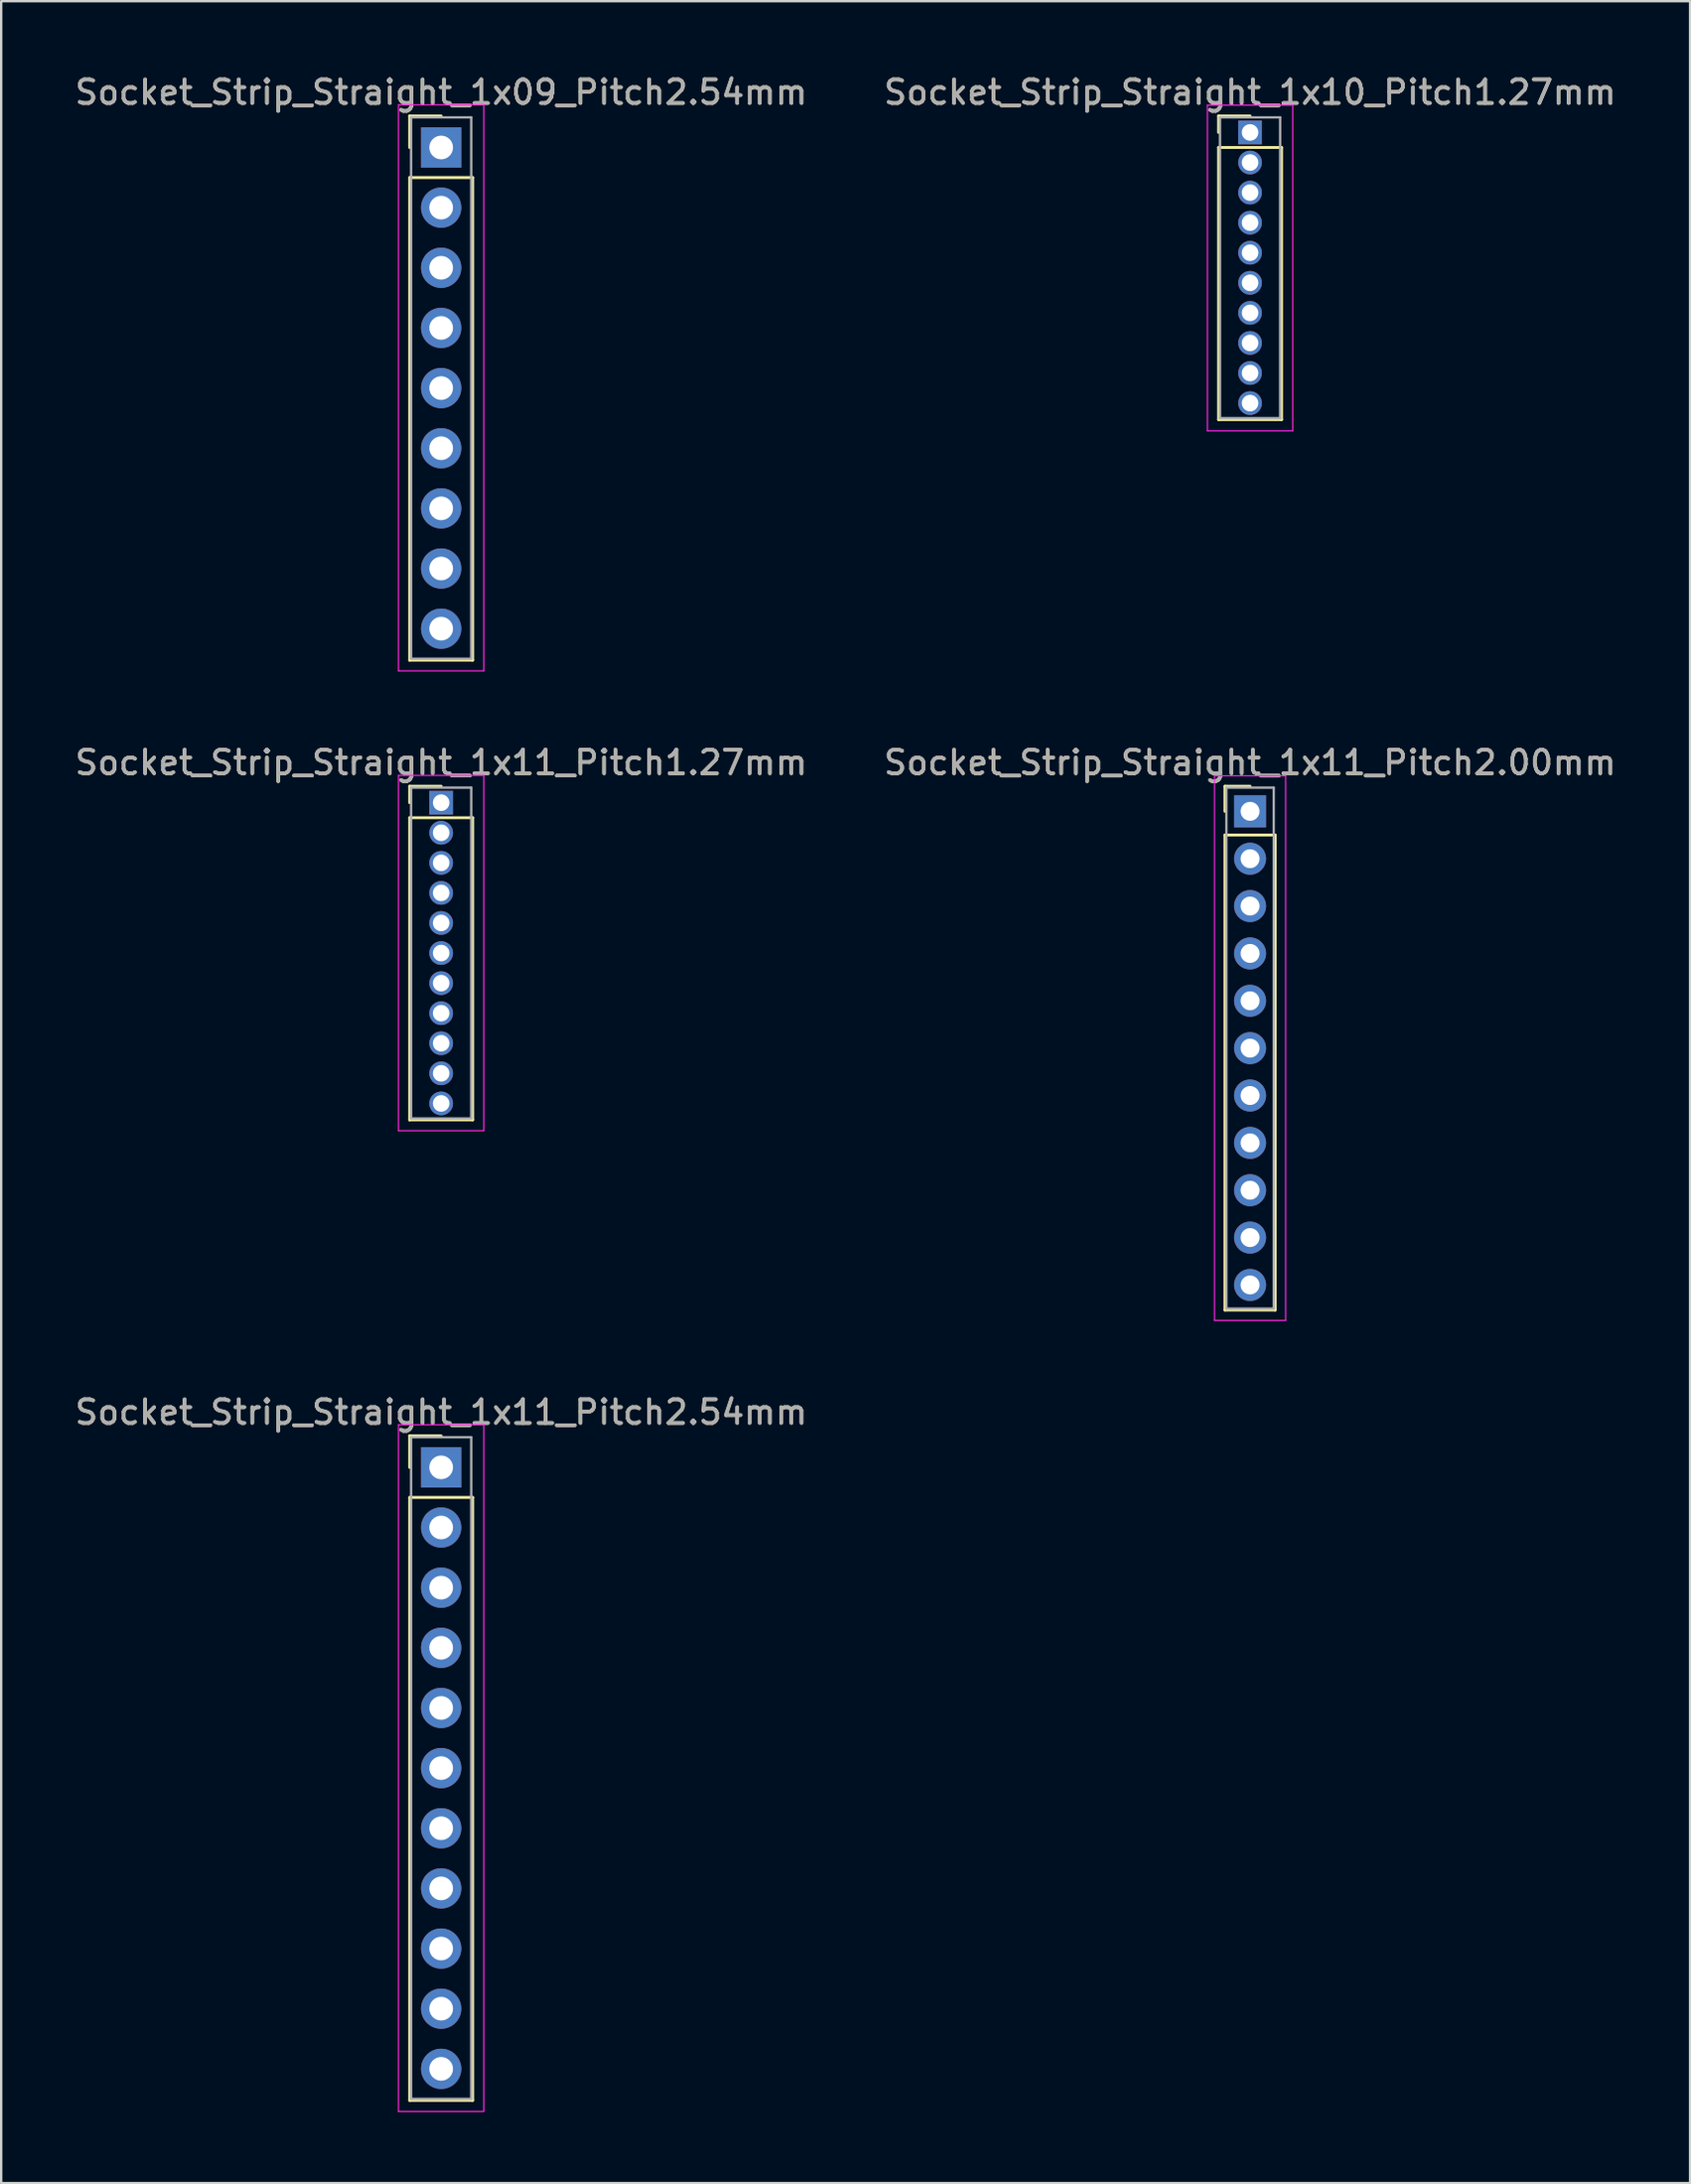
<source format=kicad_pcb>
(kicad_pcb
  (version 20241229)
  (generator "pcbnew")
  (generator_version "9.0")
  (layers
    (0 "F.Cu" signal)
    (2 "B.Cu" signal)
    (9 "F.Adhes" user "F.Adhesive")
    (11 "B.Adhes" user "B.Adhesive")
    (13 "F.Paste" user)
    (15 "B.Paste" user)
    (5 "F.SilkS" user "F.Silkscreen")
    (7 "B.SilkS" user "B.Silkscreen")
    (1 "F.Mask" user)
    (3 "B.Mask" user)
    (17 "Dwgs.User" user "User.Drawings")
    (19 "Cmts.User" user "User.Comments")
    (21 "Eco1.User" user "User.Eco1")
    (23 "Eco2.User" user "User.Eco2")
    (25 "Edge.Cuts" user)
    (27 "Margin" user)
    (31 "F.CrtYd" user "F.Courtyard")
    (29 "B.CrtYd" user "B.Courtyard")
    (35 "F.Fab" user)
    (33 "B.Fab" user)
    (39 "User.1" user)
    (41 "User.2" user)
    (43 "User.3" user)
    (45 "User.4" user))
  (footprint "Socket_Strip_Straight_1x11_Pitch2.54mm"
    (layer "F.Cu")
    (at 15.577 58.915)
    (property "Reference" "Socket_Strip_Straight_1x11_Pitch2.54mm" (at 0 -2.33 0) (layer "F.SilkS") (effects (font (size 1 1) (thickness 0.15))))
    (attr through_hole)
    (fp_line (start -1.33 -1.33) (end 0 -1.33) (stroke (width 0.12) (type solid)) (layer "F.SilkS"))
    (fp_line (start -1.33 0) (end -1.33 -1.33) (stroke (width 0.12) (type solid)) (layer "F.SilkS"))
    (fp_line (start -1.33 1.27) (end -1.33 26.73) (stroke (width 0.12) (type solid)) (layer "F.SilkS"))
    (fp_line (start -1.33 26.73) (end 1.33 26.73) (stroke (width 0.12) (type solid)) (layer "F.SilkS"))
    (fp_line (start 1.33 1.27) (end -1.33 1.27) (stroke (width 0.12) (type solid)) (layer "F.SilkS"))
    (fp_line (start 1.33 26.73) (end 1.33 1.27) (stroke (width 0.12) (type solid)) (layer "F.SilkS"))
    (fp_line (start -1.8 -1.8) (end -1.8 27.2) (stroke (width 0.05) (type solid)) (layer "F.CrtYd"))
    (fp_line (start -1.8 27.2) (end 1.8 27.2) (stroke (width 0.05) (type solid)) (layer "F.CrtYd"))
    (fp_line (start 1.8 -1.8) (end -1.8 -1.8) (stroke (width 0.05) (type solid)) (layer "F.CrtYd"))
    (fp_line (start 1.8 27.2) (end 1.8 -1.8) (stroke (width 0.05) (type solid)) (layer "F.CrtYd"))
    (fp_line (start -1.27 -1.27) (end -1.27 26.67) (stroke (width 0.1) (type solid)) (layer "F.Fab"))
    (fp_line (start -1.27 26.67) (end 1.27 26.67) (stroke (width 0.1) (type solid)) (layer "F.Fab"))
    (fp_line (start 1.27 -1.27) (end -1.27 -1.27) (stroke (width 0.1) (type solid)) (layer "F.Fab"))
    (fp_line (start 1.27 26.67) (end 1.27 -1.27) (stroke (width 0.1) (type solid)) (layer "F.Fab"))
    (fp_text user "${REFERENCE}" (at 0 -2.33 0) (layer "F.Fab") (effects (font (size 1 1) (thickness 0.15))))
    (pad "1" thru_hole rect (at 0 0) (size 1.7 1.7) (drill 1) (layers "*.Cu" "*.Mask"))
    (pad "2" thru_hole oval (at 0 2.54) (size 1.7 1.7) (drill 1) (layers "*.Cu" "*.Mask"))
    (pad "3" thru_hole oval (at 0 5.08) (size 1.7 1.7) (drill 1) (layers "*.Cu" "*.Mask"))
    (pad "4" thru_hole oval (at 0 7.62) (size 1.7 1.7) (drill 1) (layers "*.Cu" "*.Mask"))
    (pad "5" thru_hole oval (at 0 10.16) (size 1.7 1.7) (drill 1) (layers "*.Cu" "*.Mask"))
    (pad "6" thru_hole oval (at 0 12.7) (size 1.7 1.7) (drill 1) (layers "*.Cu" "*.Mask"))
    (pad "7" thru_hole oval (at 0 15.24) (size 1.7 1.7) (drill 1) (layers "*.Cu" "*.Mask"))
    (pad "8" thru_hole oval (at 0 17.78) (size 1.7 1.7) (drill 1) (layers "*.Cu" "*.Mask"))
    (pad "9" thru_hole oval (at 0 20.32) (size 1.7 1.7) (drill 1) (layers "*.Cu" "*.Mask"))
    (pad "10" thru_hole oval (at 0 22.86) (size 1.7 1.7) (drill 1) (layers "*.Cu" "*.Mask"))
    (pad "11" thru_hole oval (at 0 25.4) (size 1.7 1.7) (drill 1) (layers "*.Cu" "*.Mask")))
  (footprint "Socket_Strip_Straight_1x09_Pitch2.54mm"
    (layer "F.Cu")
    (at 15.577 3.178)
    (property "Reference" "Socket_Strip_Straight_1x09_Pitch2.54mm" (at 0 -2.33 0) (layer "F.SilkS") (effects (font (size 1 1) (thickness 0.15))))
    (attr through_hole)
    (fp_line (start -1.33 -1.33) (end 0 -1.33) (stroke (width 0.12) (type solid)) (layer "F.SilkS"))
    (fp_line (start -1.33 0) (end -1.33 -1.33) (stroke (width 0.12) (type solid)) (layer "F.SilkS"))
    (fp_line (start -1.33 1.27) (end -1.33 21.65) (stroke (width 0.12) (type solid)) (layer "F.SilkS"))
    (fp_line (start -1.33 21.65) (end 1.33 21.65) (stroke (width 0.12) (type solid)) (layer "F.SilkS"))
    (fp_line (start 1.33 1.27) (end -1.33 1.27) (stroke (width 0.12) (type solid)) (layer "F.SilkS"))
    (fp_line (start 1.33 21.65) (end 1.33 1.27) (stroke (width 0.12) (type solid)) (layer "F.SilkS"))
    (fp_line (start -1.8 -1.8) (end -1.8 22.1) (stroke (width 0.05) (type solid)) (layer "F.CrtYd"))
    (fp_line (start -1.8 22.1) (end 1.8 22.1) (stroke (width 0.05) (type solid)) (layer "F.CrtYd"))
    (fp_line (start 1.8 -1.8) (end -1.8 -1.8) (stroke (width 0.05) (type solid)) (layer "F.CrtYd"))
    (fp_line (start 1.8 22.1) (end 1.8 -1.8) (stroke (width 0.05) (type solid)) (layer "F.CrtYd"))
    (fp_line (start -1.27 -1.27) (end -1.27 21.59) (stroke (width 0.1) (type solid)) (layer "F.Fab"))
    (fp_line (start -1.27 21.59) (end 1.27 21.59) (stroke (width 0.1) (type solid)) (layer "F.Fab"))
    (fp_line (start 1.27 -1.27) (end -1.27 -1.27) (stroke (width 0.1) (type solid)) (layer "F.Fab"))
    (fp_line (start 1.27 21.59) (end 1.27 -1.27) (stroke (width 0.1) (type solid)) (layer "F.Fab"))
    (fp_text user "${REFERENCE}" (at 0 -2.33 0) (layer "F.Fab") (effects (font (size 1 1) (thickness 0.15))))
    (pad "1" thru_hole rect (at 0 0) (size 1.7 1.7) (drill 1) (layers "*.Cu" "*.Mask"))
    (pad "2" thru_hole oval (at 0 2.54) (size 1.7 1.7) (drill 1) (layers "*.Cu" "*.Mask"))
    (pad "3" thru_hole oval (at 0 5.08) (size 1.7 1.7) (drill 1) (layers "*.Cu" "*.Mask"))
    (pad "4" thru_hole oval (at 0 7.62) (size 1.7 1.7) (drill 1) (layers "*.Cu" "*.Mask"))
    (pad "5" thru_hole oval (at 0 10.16) (size 1.7 1.7) (drill 1) (layers "*.Cu" "*.Mask"))
    (pad "6" thru_hole oval (at 0 12.7) (size 1.7 1.7) (drill 1) (layers "*.Cu" "*.Mask"))
    (pad "7" thru_hole oval (at 0 15.24) (size 1.7 1.7) (drill 1) (layers "*.Cu" "*.Mask"))
    (pad "8" thru_hole oval (at 0 17.78) (size 1.7 1.7) (drill 1) (layers "*.Cu" "*.Mask"))
    (pad "9" thru_hole oval (at 0 20.32) (size 1.7 1.7) (drill 1) (layers "*.Cu" "*.Mask")))
  (footprint "Socket_Strip_Straight_1x11_Pitch1.27mm"
    (layer "F.Cu")
    (at 15.577 30.846)
    (property "Reference" "Socket_Strip_Straight_1x11_Pitch1.27mm" (at 0 -1.695 0) (layer "F.SilkS") (effects (font (size 1 1) (thickness 0.15))))
    (attr through_hole)
    (fp_line (start -1.33 -0.695) (end 0 -0.695) (stroke (width 0.12) (type solid)) (layer "F.SilkS"))
    (fp_line (start -1.33 0) (end -1.33 -0.695) (stroke (width 0.12) (type solid)) (layer "F.SilkS"))
    (fp_line (start -1.33 0.635) (end -1.33 13.395) (stroke (width 0.12) (type solid)) (layer "F.SilkS"))
    (fp_line (start -1.33 13.395) (end 1.33 13.395) (stroke (width 0.12) (type solid)) (layer "F.SilkS"))
    (fp_line (start 1.33 0.635) (end -1.33 0.635) (stroke (width 0.12) (type solid)) (layer "F.SilkS"))
    (fp_line (start 1.33 13.395) (end 1.33 0.635) (stroke (width 0.12) (type solid)) (layer "F.SilkS"))
    (fp_line (start -1.8 -1.15) (end -1.8 13.85) (stroke (width 0.05) (type solid)) (layer "F.CrtYd"))
    (fp_line (start -1.8 13.85) (end 1.8 13.85) (stroke (width 0.05) (type solid)) (layer "F.CrtYd"))
    (fp_line (start 1.8 -1.15) (end -1.8 -1.15) (stroke (width 0.05) (type solid)) (layer "F.CrtYd"))
    (fp_line (start 1.8 13.85) (end 1.8 -1.15) (stroke (width 0.05) (type solid)) (layer "F.CrtYd"))
    (fp_line (start -1.27 -0.635) (end -1.27 13.335) (stroke (width 0.1) (type solid)) (layer "F.Fab"))
    (fp_line (start -1.27 13.335) (end 1.27 13.335) (stroke (width 0.1) (type solid)) (layer "F.Fab"))
    (fp_line (start 1.27 -0.635) (end -1.27 -0.635) (stroke (width 0.1) (type solid)) (layer "F.Fab"))
    (fp_line (start 1.27 13.335) (end 1.27 -0.635) (stroke (width 0.1) (type solid)) (layer "F.Fab"))
    (fp_text user "${REFERENCE}" (at 0 -1.695 0) (layer "F.Fab") (effects (font (size 1 1) (thickness 0.15))))
    (pad "1" thru_hole rect (at 0 0) (size 1 1) (drill 0.7) (layers "*.Cu" "*.Mask"))
    (pad "2" thru_hole oval (at 0 1.27) (size 1 1) (drill 0.7) (layers "*.Cu" "*.Mask"))
    (pad "3" thru_hole oval (at 0 2.54) (size 1 1) (drill 0.7) (layers "*.Cu" "*.Mask"))
    (pad "4" thru_hole oval (at 0 3.81) (size 1 1) (drill 0.7) (layers "*.Cu" "*.Mask"))
    (pad "5" thru_hole oval (at 0 5.08) (size 1 1) (drill 0.7) (layers "*.Cu" "*.Mask"))
    (pad "6" thru_hole oval (at 0 6.35) (size 1 1) (drill 0.7) (layers "*.Cu" "*.Mask"))
    (pad "7" thru_hole oval (at 0 7.62) (size 1 1) (drill 0.7) (layers "*.Cu" "*.Mask"))
    (pad "8" thru_hole oval (at 0 8.89) (size 1 1) (drill 0.7) (layers "*.Cu" "*.Mask"))
    (pad "9" thru_hole oval (at 0 10.16) (size 1 1) (drill 0.7) (layers "*.Cu" "*.Mask"))
    (pad "10" thru_hole oval (at 0 11.43) (size 1 1) (drill 0.7) (layers "*.Cu" "*.Mask"))
    (pad "11" thru_hole oval (at 0 12.7) (size 1 1) (drill 0.7) (layers "*.Cu" "*.Mask")))
  (footprint "Socket_Strip_Straight_1x11_Pitch2.00mm"
    (layer "F.Cu")
    (at 49.732 31.212)
    (property "Reference" "Socket_Strip_Straight_1x11_Pitch2.00mm" (at 0 -2.06 0) (layer "F.SilkS") (effects (font (size 1 1) (thickness 0.15))))
    (attr through_hole)
    (fp_line (start -1.06 -1.06) (end 0 -1.06) (stroke (width 0.12) (type solid)) (layer "F.SilkS"))
    (fp_line (start -1.06 0) (end -1.06 -1.06) (stroke (width 0.12) (type solid)) (layer "F.SilkS"))
    (fp_line (start -1.06 1) (end -1.06 21.06) (stroke (width 0.12) (type solid)) (layer "F.SilkS"))
    (fp_line (start -1.06 21.06) (end 1.06 21.06) (stroke (width 0.12) (type solid)) (layer "F.SilkS"))
    (fp_line (start 1.06 1) (end -1.06 1) (stroke (width 0.12) (type solid)) (layer "F.SilkS"))
    (fp_line (start 1.06 21.06) (end 1.06 1) (stroke (width 0.12) (type solid)) (layer "F.SilkS"))
    (fp_line (start -1.5 -1.5) (end -1.5 21.5) (stroke (width 0.05) (type solid)) (layer "F.CrtYd"))
    (fp_line (start -1.5 21.5) (end 1.5 21.5) (stroke (width 0.05) (type solid)) (layer "F.CrtYd"))
    (fp_line (start 1.5 -1.5) (end -1.5 -1.5) (stroke (width 0.05) (type solid)) (layer "F.CrtYd"))
    (fp_line (start 1.5 21.5) (end 1.5 -1.5) (stroke (width 0.05) (type solid)) (layer "F.CrtYd"))
    (fp_line (start -1 -1) (end -1 21) (stroke (width 0.1) (type solid)) (layer "F.Fab"))
    (fp_line (start -1 21) (end 1 21) (stroke (width 0.1) (type solid)) (layer "F.Fab"))
    (fp_line (start 1 -1) (end -1 -1) (stroke (width 0.1) (type solid)) (layer "F.Fab"))
    (fp_line (start 1 21) (end 1 -1) (stroke (width 0.1) (type solid)) (layer "F.Fab"))
    (fp_text user "${REFERENCE}" (at 0 -2.06 0) (layer "F.Fab") (effects (font (size 1 1) (thickness 0.15))))
    (pad "1" thru_hole rect (at 0 0) (size 1.35 1.35) (drill 0.8) (layers "*.Cu" "*.Mask"))
    (pad "2" thru_hole oval (at 0 2) (size 1.35 1.35) (drill 0.8) (layers "*.Cu" "*.Mask"))
    (pad "3" thru_hole oval (at 0 4) (size 1.35 1.35) (drill 0.8) (layers "*.Cu" "*.Mask"))
    (pad "4" thru_hole oval (at 0 6) (size 1.35 1.35) (drill 0.8) (layers "*.Cu" "*.Mask"))
    (pad "5" thru_hole oval (at 0 8) (size 1.35 1.35) (drill 0.8) (layers "*.Cu" "*.Mask"))
    (pad "6" thru_hole oval (at 0 10) (size 1.35 1.35) (drill 0.8) (layers "*.Cu" "*.Mask"))
    (pad "7" thru_hole oval (at 0 12) (size 1.35 1.35) (drill 0.8) (layers "*.Cu" "*.Mask"))
    (pad "8" thru_hole oval (at 0 14) (size 1.35 1.35) (drill 0.8) (layers "*.Cu" "*.Mask"))
    (pad "9" thru_hole oval (at 0 16) (size 1.35 1.35) (drill 0.8) (layers "*.Cu" "*.Mask"))
    (pad "10" thru_hole oval (at 0 18) (size 1.35 1.35) (drill 0.8) (layers "*.Cu" "*.Mask"))
    (pad "11" thru_hole oval (at 0 20) (size 1.35 1.35) (drill 0.8) (layers "*.Cu" "*.Mask")))
  (footprint "Socket_Strip_Straight_1x10_Pitch1.27mm"
    (layer "F.Cu")
    (at 49.732 2.543)
    (property "Reference" "Socket_Strip_Straight_1x10_Pitch1.27mm" (at 0 -1.695 0) (layer "F.SilkS") (effects (font (size 1 1) (thickness 0.15))))
    (attr through_hole)
    (fp_line (start -1.33 -0.695) (end 0 -0.695) (stroke (width 0.12) (type solid)) (layer "F.SilkS"))
    (fp_line (start -1.33 0) (end -1.33 -0.695) (stroke (width 0.12) (type solid)) (layer "F.SilkS"))
    (fp_line (start -1.33 0.635) (end -1.33 12.125) (stroke (width 0.12) (type solid)) (layer "F.SilkS"))
    (fp_line (start -1.33 12.125) (end 1.33 12.125) (stroke (width 0.12) (type solid)) (layer "F.SilkS"))
    (fp_line (start 1.33 0.635) (end -1.33 0.635) (stroke (width 0.12) (type solid)) (layer "F.SilkS"))
    (fp_line (start 1.33 12.125) (end 1.33 0.635) (stroke (width 0.12) (type solid)) (layer "F.SilkS"))
    (fp_line (start -1.8 -1.15) (end -1.8 12.6) (stroke (width 0.05) (type solid)) (layer "F.CrtYd"))
    (fp_line (start -1.8 12.6) (end 1.8 12.6) (stroke (width 0.05) (type solid)) (layer "F.CrtYd"))
    (fp_line (start 1.8 -1.15) (end -1.8 -1.15) (stroke (width 0.05) (type solid)) (layer "F.CrtYd"))
    (fp_line (start 1.8 12.6) (end 1.8 -1.15) (stroke (width 0.05) (type solid)) (layer "F.CrtYd"))
    (fp_line (start -1.27 -0.635) (end -1.27 12.065) (stroke (width 0.1) (type solid)) (layer "F.Fab"))
    (fp_line (start -1.27 12.065) (end 1.27 12.065) (stroke (width 0.1) (type solid)) (layer "F.Fab"))
    (fp_line (start 1.27 -0.635) (end -1.27 -0.635) (stroke (width 0.1) (type solid)) (layer "F.Fab"))
    (fp_line (start 1.27 12.065) (end 1.27 -0.635) (stroke (width 0.1) (type solid)) (layer "F.Fab"))
    (fp_text user "${REFERENCE}" (at 0 -1.695 0) (layer "F.Fab") (effects (font (size 1 1) (thickness 0.15))))
    (pad "1" thru_hole rect (at 0 0) (size 1 1) (drill 0.7) (layers "*.Cu" "*.Mask"))
    (pad "2" thru_hole oval (at 0 1.27) (size 1 1) (drill 0.7) (layers "*.Cu" "*.Mask"))
    (pad "3" thru_hole oval (at 0 2.54) (size 1 1) (drill 0.7) (layers "*.Cu" "*.Mask"))
    (pad "4" thru_hole oval (at 0 3.81) (size 1 1) (drill 0.7) (layers "*.Cu" "*.Mask"))
    (pad "5" thru_hole oval (at 0 5.08) (size 1 1) (drill 0.7) (layers "*.Cu" "*.Mask"))
    (pad "6" thru_hole oval (at 0 6.35) (size 1 1) (drill 0.7) (layers "*.Cu" "*.Mask"))
    (pad "7" thru_hole oval (at 0 7.62) (size 1 1) (drill 0.7) (layers "*.Cu" "*.Mask"))
    (pad "8" thru_hole oval (at 0 8.89) (size 1 1) (drill 0.7) (layers "*.Cu" "*.Mask"))
    (pad "9" thru_hole oval (at 0 10.16) (size 1 1) (drill 0.7) (layers "*.Cu" "*.Mask"))
    (pad "10" thru_hole oval (at 0 11.43) (size 1 1) (drill 0.7) (layers "*.Cu" "*.Mask")))
  (gr_rect
    (start -3 -3)
    (end 68.31 89.14)
    (stroke (width 0.1) (type default))
    (fill no)
    (layer "Edge.Cuts")))
</source>
